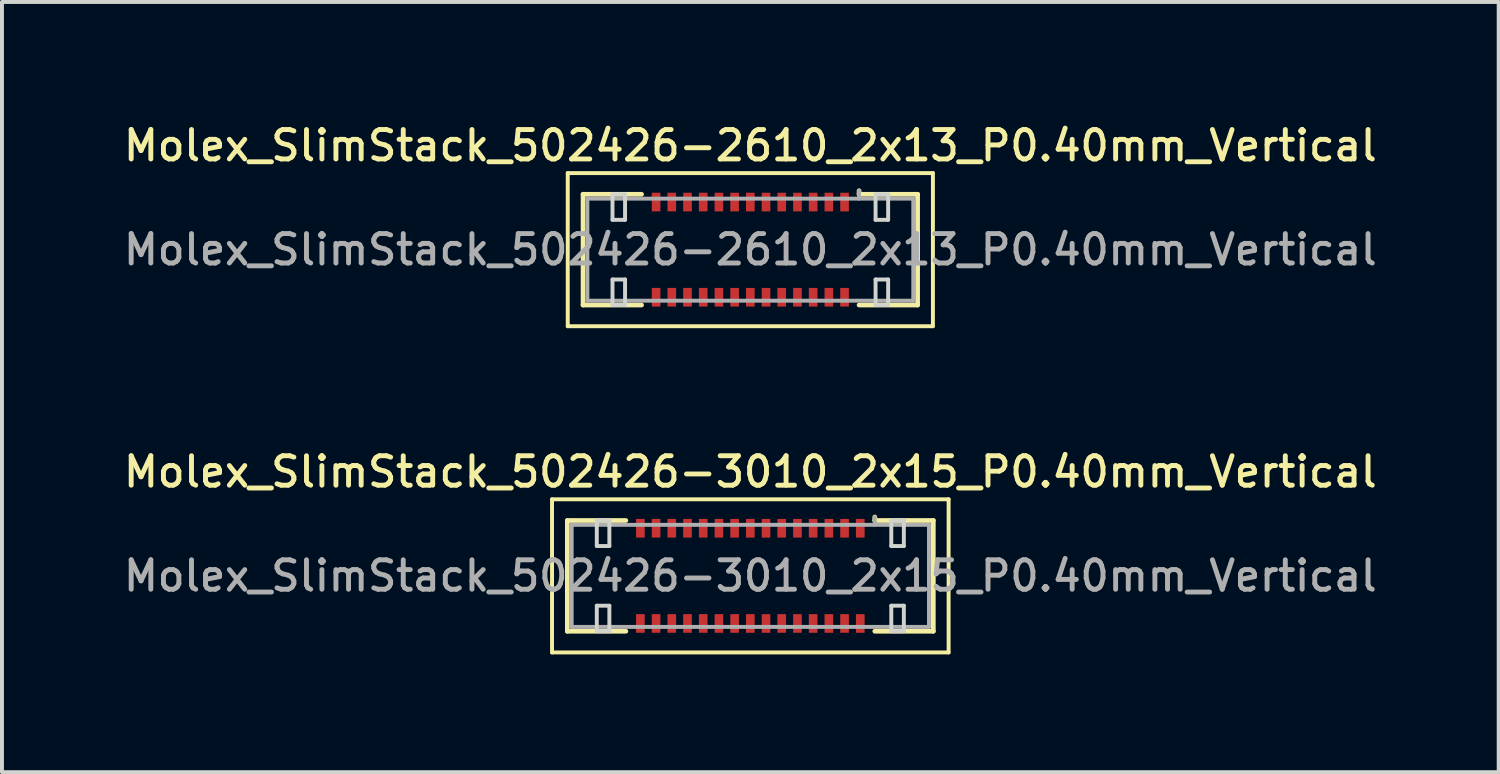
<source format=kicad_pcb>
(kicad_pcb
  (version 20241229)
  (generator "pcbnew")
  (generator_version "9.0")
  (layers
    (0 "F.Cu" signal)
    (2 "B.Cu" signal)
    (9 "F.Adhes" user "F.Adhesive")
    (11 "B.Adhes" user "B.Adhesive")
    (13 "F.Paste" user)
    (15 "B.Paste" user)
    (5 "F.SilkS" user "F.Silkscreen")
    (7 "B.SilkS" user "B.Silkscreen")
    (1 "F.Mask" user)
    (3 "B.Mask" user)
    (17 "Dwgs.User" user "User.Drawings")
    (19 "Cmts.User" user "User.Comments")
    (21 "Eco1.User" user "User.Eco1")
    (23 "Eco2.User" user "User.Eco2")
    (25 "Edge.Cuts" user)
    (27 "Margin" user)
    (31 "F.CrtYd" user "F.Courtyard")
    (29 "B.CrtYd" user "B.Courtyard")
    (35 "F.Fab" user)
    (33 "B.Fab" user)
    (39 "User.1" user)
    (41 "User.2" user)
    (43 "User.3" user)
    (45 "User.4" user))
  (footprint "Molex_SlimStack_502426-2610_2x13_P0.40mm_Vertical"
    (layer "F.Cu")
    (at 16.059 3.308)
    (property "Reference" "Molex_SlimStack_502426-2610_2x13_P0.40mm_Vertical" (at 0 -2.65 0) (layer "F.SilkS") (effects (font (size 0.75 0.75) (thickness 0.125))))
    (attr smd)
    (fp_line (start -4.65 -1.95) (end -4.65 1.95) (stroke (width 0.1) (type solid)) (layer "F.SilkS"))
    (fp_line (start -4.65 1.95) (end 4.65 1.95) (stroke (width 0.1) (type solid)) (layer "F.SilkS"))
    (fp_line (start -4.26 -1.41) (end -2.77 -1.41) (stroke (width 0.12) (type solid)) (layer "F.SilkS"))
    (fp_line (start -4.26 1.41) (end -4.26 -1.41) (stroke (width 0.12) (type solid)) (layer "F.SilkS"))
    (fp_line (start -2.77 1.41) (end -4.26 1.41) (stroke (width 0.12) (type solid)) (layer "F.SilkS"))
    (fp_line (start 2.77 -1.41) (end 2.77 -1.5) (stroke (width 0.12) (type solid)) (layer "F.SilkS"))
    (fp_line (start 2.77 1.41) (end 4.26 1.41) (stroke (width 0.12) (type solid)) (layer "F.SilkS"))
    (fp_line (start 4.26 -1.41) (end 2.77 -1.41) (stroke (width 0.12) (type solid)) (layer "F.SilkS"))
    (fp_line (start 4.26 1.41) (end 4.26 -1.41) (stroke (width 0.12) (type solid)) (layer "F.SilkS"))
    (fp_line (start 4.65 -1.95) (end -4.65 -1.95) (stroke (width 0.1) (type solid)) (layer "F.SilkS"))
    (fp_line (start 4.65 1.95) (end 4.65 -1.95) (stroke (width 0.1) (type solid)) (layer "F.SilkS"))
    (fp_line (start -3.51 -1.41) (end -3.51 -0.76) (stroke (width 0.1) (type solid)) (layer "Edge.Cuts"))
    (fp_line (start -3.51 -0.76) (end -3.19 -0.76) (stroke (width 0.1) (type solid)) (layer "Edge.Cuts"))
    (fp_line (start -3.51 0.76) (end -3.51 1.41) (stroke (width 0.1) (type solid)) (layer "Edge.Cuts"))
    (fp_line (start -3.51 1.41) (end -3.19 1.41) (stroke (width 0.1) (type solid)) (layer "Edge.Cuts"))
    (fp_line (start -3.19 -1.41) (end -3.51 -1.41) (stroke (width 0.1) (type solid)) (layer "Edge.Cuts"))
    (fp_line (start -3.19 -0.76) (end -3.19 -1.41) (stroke (width 0.1) (type solid)) (layer "Edge.Cuts"))
    (fp_line (start -3.19 0.76) (end -3.51 0.76) (stroke (width 0.1) (type solid)) (layer "Edge.Cuts"))
    (fp_line (start -3.19 1.41) (end -3.19 0.76) (stroke (width 0.1) (type solid)) (layer "Edge.Cuts"))
    (fp_line (start 3.19 -1.41) (end 3.19 -0.76) (stroke (width 0.1) (type solid)) (layer "Edge.Cuts"))
    (fp_line (start 3.19 -0.76) (end 3.51 -0.76) (stroke (width 0.1) (type solid)) (layer "Edge.Cuts"))
    (fp_line (start 3.19 0.76) (end 3.19 1.41) (stroke (width 0.1) (type solid)) (layer "Edge.Cuts"))
    (fp_line (start 3.19 1.41) (end 3.51 1.41) (stroke (width 0.1) (type solid)) (layer "Edge.Cuts"))
    (fp_line (start 3.51 -1.41) (end 3.19 -1.41) (stroke (width 0.1) (type solid)) (layer "Edge.Cuts"))
    (fp_line (start 3.51 -0.76) (end 3.51 -1.41) (stroke (width 0.1) (type solid)) (layer "Edge.Cuts"))
    (fp_line (start 3.51 0.76) (end 3.19 0.76) (stroke (width 0.1) (type solid)) (layer "Edge.Cuts"))
    (fp_line (start 3.51 1.41) (end 3.51 0.76) (stroke (width 0.1) (type solid)) (layer "Edge.Cuts"))
    (fp_line (start -4.15 -1.3) (end -4.15 1.3) (stroke (width 0.1) (type solid)) (layer "F.Fab"))
    (fp_line (start -4.15 1.3) (end 4.15 1.3) (stroke (width 0.1) (type solid)) (layer "F.Fab"))
    (fp_line (start 2.77 -1.3) (end 2.77 -1.5) (stroke (width 0.1) (type solid)) (layer "F.Fab"))
    (fp_line (start 4.15 -1.3) (end -4.15 -1.3) (stroke (width 0.1) (type solid)) (layer "F.Fab"))
    (fp_line (start 4.15 1.3) (end 4.15 -1.3) (stroke (width 0.1) (type solid)) (layer "F.Fab"))
    (fp_text user "${REFERENCE}" (at 0 0 0) (layer "F.Fab") (effects (font (size 0.75 0.75) (thickness 0.125))))
    (pad "1" smd rect (at 2.4 -1.212) (size 0.22 0.475) (layers "F.Cu" "F.Mask" "F.Paste"))
    (pad "2" smd rect (at 2.4 1.212) (size 0.22 0.475) (layers "F.Cu" "F.Mask" "F.Paste"))
    (pad "3" smd rect (at 2 -1.212) (size 0.22 0.475) (layers "F.Cu" "F.Mask" "F.Paste"))
    (pad "4" smd rect (at 2 1.212) (size 0.22 0.475) (layers "F.Cu" "F.Mask" "F.Paste"))
    (pad "5" smd rect (at 1.6 -1.212) (size 0.22 0.475) (layers "F.Cu" "F.Mask" "F.Paste"))
    (pad "6" smd rect (at 1.6 1.212) (size 0.22 0.475) (layers "F.Cu" "F.Mask" "F.Paste"))
    (pad "7" smd rect (at 1.2 -1.212) (size 0.22 0.475) (layers "F.Cu" "F.Mask" "F.Paste"))
    (pad "8" smd rect (at 1.2 1.212) (size 0.22 0.475) (layers "F.Cu" "F.Mask" "F.Paste"))
    (pad "9" smd rect (at 0.8 -1.212) (size 0.22 0.475) (layers "F.Cu" "F.Mask" "F.Paste"))
    (pad "10" smd rect (at 0.8 1.212) (size 0.22 0.475) (layers "F.Cu" "F.Mask" "F.Paste"))
    (pad "11" smd rect (at 0.4 -1.212) (size 0.22 0.475) (layers "F.Cu" "F.Mask" "F.Paste"))
    (pad "12" smd rect (at 0.4 1.212) (size 0.22 0.475) (layers "F.Cu" "F.Mask" "F.Paste"))
    (pad "13" smd rect (at 0 -1.212) (size 0.22 0.475) (layers "F.Cu" "F.Mask" "F.Paste"))
    (pad "14" smd rect (at 0 1.212) (size 0.22 0.475) (layers "F.Cu" "F.Mask" "F.Paste"))
    (pad "15" smd rect (at -0.4 -1.212) (size 0.22 0.475) (layers "F.Cu" "F.Mask" "F.Paste"))
    (pad "16" smd rect (at -0.4 1.212) (size 0.22 0.475) (layers "F.Cu" "F.Mask" "F.Paste"))
    (pad "17" smd rect (at -0.8 -1.212) (size 0.22 0.475) (layers "F.Cu" "F.Mask" "F.Paste"))
    (pad "18" smd rect (at -0.8 1.212) (size 0.22 0.475) (layers "F.Cu" "F.Mask" "F.Paste"))
    (pad "19" smd rect (at -1.2 -1.212) (size 0.22 0.475) (layers "F.Cu" "F.Mask" "F.Paste"))
    (pad "20" smd rect (at -1.2 1.212) (size 0.22 0.475) (layers "F.Cu" "F.Mask" "F.Paste"))
    (pad "21" smd rect (at -1.6 -1.212) (size 0.22 0.475) (layers "F.Cu" "F.Mask" "F.Paste"))
    (pad "22" smd rect (at -1.6 1.212) (size 0.22 0.475) (layers "F.Cu" "F.Mask" "F.Paste"))
    (pad "23" smd rect (at -2 -1.212) (size 0.22 0.475) (layers "F.Cu" "F.Mask" "F.Paste"))
    (pad "24" smd rect (at -2 1.212) (size 0.22 0.475) (layers "F.Cu" "F.Mask" "F.Paste"))
    (pad "25" smd rect (at -2.4 -1.212) (size 0.22 0.475) (layers "F.Cu" "F.Mask" "F.Paste"))
    (pad "26" smd rect (at -2.4 1.212) (size 0.22 0.475) (layers "F.Cu" "F.Mask" "F.Paste")))
  (footprint "Molex_SlimStack_502426-3010_2x15_P0.40mm_Vertical"
    (layer "F.Cu")
    (at 16.059 11.616)
    (property "Reference" "Molex_SlimStack_502426-3010_2x15_P0.40mm_Vertical" (at 0 -2.65 0) (layer "F.SilkS") (effects (font (size 0.75 0.75) (thickness 0.125))))
    (attr smd)
    (fp_line (start -5.05 -1.95) (end -5.05 1.95) (stroke (width 0.1) (type solid)) (layer "F.SilkS"))
    (fp_line (start -5.05 1.95) (end 5.05 1.95) (stroke (width 0.1) (type solid)) (layer "F.SilkS"))
    (fp_line (start -4.66 -1.41) (end -3.17 -1.41) (stroke (width 0.12) (type solid)) (layer "F.SilkS"))
    (fp_line (start -4.66 1.41) (end -4.66 -1.41) (stroke (width 0.12) (type solid)) (layer "F.SilkS"))
    (fp_line (start -3.17 1.41) (end -4.66 1.41) (stroke (width 0.12) (type solid)) (layer "F.SilkS"))
    (fp_line (start 3.17 -1.41) (end 3.17 -1.5) (stroke (width 0.12) (type solid)) (layer "F.SilkS"))
    (fp_line (start 3.17 1.41) (end 4.66 1.41) (stroke (width 0.12) (type solid)) (layer "F.SilkS"))
    (fp_line (start 4.66 -1.41) (end 3.17 -1.41) (stroke (width 0.12) (type solid)) (layer "F.SilkS"))
    (fp_line (start 4.66 1.41) (end 4.66 -1.41) (stroke (width 0.12) (type solid)) (layer "F.SilkS"))
    (fp_line (start 5.05 -1.95) (end -5.05 -1.95) (stroke (width 0.1) (type solid)) (layer "F.SilkS"))
    (fp_line (start 5.05 1.95) (end 5.05 -1.95) (stroke (width 0.1) (type solid)) (layer "F.SilkS"))
    (fp_line (start -3.91 -1.41) (end -3.91 -0.76) (stroke (width 0.1) (type solid)) (layer "Edge.Cuts"))
    (fp_line (start -3.91 -0.76) (end -3.59 -0.76) (stroke (width 0.1) (type solid)) (layer "Edge.Cuts"))
    (fp_line (start -3.91 0.76) (end -3.91 1.41) (stroke (width 0.1) (type solid)) (layer "Edge.Cuts"))
    (fp_line (start -3.91 1.41) (end -3.59 1.41) (stroke (width 0.1) (type solid)) (layer "Edge.Cuts"))
    (fp_line (start -3.59 -1.41) (end -3.91 -1.41) (stroke (width 0.1) (type solid)) (layer "Edge.Cuts"))
    (fp_line (start -3.59 -0.76) (end -3.59 -1.41) (stroke (width 0.1) (type solid)) (layer "Edge.Cuts"))
    (fp_line (start -3.59 0.76) (end -3.91 0.76) (stroke (width 0.1) (type solid)) (layer "Edge.Cuts"))
    (fp_line (start -3.59 1.41) (end -3.59 0.76) (stroke (width 0.1) (type solid)) (layer "Edge.Cuts"))
    (fp_line (start 3.59 -1.41) (end 3.59 -0.76) (stroke (width 0.1) (type solid)) (layer "Edge.Cuts"))
    (fp_line (start 3.59 -0.76) (end 3.91 -0.76) (stroke (width 0.1) (type solid)) (layer "Edge.Cuts"))
    (fp_line (start 3.59 0.76) (end 3.59 1.41) (stroke (width 0.1) (type solid)) (layer "Edge.Cuts"))
    (fp_line (start 3.59 1.41) (end 3.91 1.41) (stroke (width 0.1) (type solid)) (layer "Edge.Cuts"))
    (fp_line (start 3.91 -1.41) (end 3.59 -1.41) (stroke (width 0.1) (type solid)) (layer "Edge.Cuts"))
    (fp_line (start 3.91 -0.76) (end 3.91 -1.41) (stroke (width 0.1) (type solid)) (layer "Edge.Cuts"))
    (fp_line (start 3.91 0.76) (end 3.59 0.76) (stroke (width 0.1) (type solid)) (layer "Edge.Cuts"))
    (fp_line (start 3.91 1.41) (end 3.91 0.76) (stroke (width 0.1) (type solid)) (layer "Edge.Cuts"))
    (fp_line (start -4.55 -1.3) (end -4.55 1.3) (stroke (width 0.1) (type solid)) (layer "F.Fab"))
    (fp_line (start -4.55 1.3) (end 4.55 1.3) (stroke (width 0.1) (type solid)) (layer "F.Fab"))
    (fp_line (start 3.17 -1.3) (end 3.17 -1.5) (stroke (width 0.1) (type solid)) (layer "F.Fab"))
    (fp_line (start 4.55 -1.3) (end -4.55 -1.3) (stroke (width 0.1) (type solid)) (layer "F.Fab"))
    (fp_line (start 4.55 1.3) (end 4.55 -1.3) (stroke (width 0.1) (type solid)) (layer "F.Fab"))
    (fp_text user "${REFERENCE}" (at 0 0 0) (layer "F.Fab") (effects (font (size 0.75 0.75) (thickness 0.125))))
    (pad "1" smd rect (at 2.8 -1.212) (size 0.22 0.475) (layers "F.Cu" "F.Mask" "F.Paste"))
    (pad "2" smd rect (at 2.8 1.212) (size 0.22 0.475) (layers "F.Cu" "F.Mask" "F.Paste"))
    (pad "3" smd rect (at 2.4 -1.212) (size 0.22 0.475) (layers "F.Cu" "F.Mask" "F.Paste"))
    (pad "4" smd rect (at 2.4 1.212) (size 0.22 0.475) (layers "F.Cu" "F.Mask" "F.Paste"))
    (pad "5" smd rect (at 2 -1.212) (size 0.22 0.475) (layers "F.Cu" "F.Mask" "F.Paste"))
    (pad "6" smd rect (at 2 1.212) (size 0.22 0.475) (layers "F.Cu" "F.Mask" "F.Paste"))
    (pad "7" smd rect (at 1.6 -1.212) (size 0.22 0.475) (layers "F.Cu" "F.Mask" "F.Paste"))
    (pad "8" smd rect (at 1.6 1.212) (size 0.22 0.475) (layers "F.Cu" "F.Mask" "F.Paste"))
    (pad "9" smd rect (at 1.2 -1.212) (size 0.22 0.475) (layers "F.Cu" "F.Mask" "F.Paste"))
    (pad "10" smd rect (at 1.2 1.212) (size 0.22 0.475) (layers "F.Cu" "F.Mask" "F.Paste"))
    (pad "11" smd rect (at 0.8 -1.212) (size 0.22 0.475) (layers "F.Cu" "F.Mask" "F.Paste"))
    (pad "12" smd rect (at 0.8 1.212) (size 0.22 0.475) (layers "F.Cu" "F.Mask" "F.Paste"))
    (pad "13" smd rect (at 0.4 -1.212) (size 0.22 0.475) (layers "F.Cu" "F.Mask" "F.Paste"))
    (pad "14" smd rect (at 0.4 1.212) (size 0.22 0.475) (layers "F.Cu" "F.Mask" "F.Paste"))
    (pad "15" smd rect (at 0 -1.212) (size 0.22 0.475) (layers "F.Cu" "F.Mask" "F.Paste"))
    (pad "16" smd rect (at 0 1.212) (size 0.22 0.475) (layers "F.Cu" "F.Mask" "F.Paste"))
    (pad "17" smd rect (at -0.4 -1.212) (size 0.22 0.475) (layers "F.Cu" "F.Mask" "F.Paste"))
    (pad "18" smd rect (at -0.4 1.212) (size 0.22 0.475) (layers "F.Cu" "F.Mask" "F.Paste"))
    (pad "19" smd rect (at -0.8 -1.212) (size 0.22 0.475) (layers "F.Cu" "F.Mask" "F.Paste"))
    (pad "20" smd rect (at -0.8 1.212) (size 0.22 0.475) (layers "F.Cu" "F.Mask" "F.Paste"))
    (pad "21" smd rect (at -1.2 -1.212) (size 0.22 0.475) (layers "F.Cu" "F.Mask" "F.Paste"))
    (pad "22" smd rect (at -1.2 1.212) (size 0.22 0.475) (layers "F.Cu" "F.Mask" "F.Paste"))
    (pad "23" smd rect (at -1.6 -1.212) (size 0.22 0.475) (layers "F.Cu" "F.Mask" "F.Paste"))
    (pad "24" smd rect (at -1.6 1.212) (size 0.22 0.475) (layers "F.Cu" "F.Mask" "F.Paste"))
    (pad "25" smd rect (at -2 -1.212) (size 0.22 0.475) (layers "F.Cu" "F.Mask" "F.Paste"))
    (pad "26" smd rect (at -2 1.212) (size 0.22 0.475) (layers "F.Cu" "F.Mask" "F.Paste"))
    (pad "27" smd rect (at -2.4 -1.212) (size 0.22 0.475) (layers "F.Cu" "F.Mask" "F.Paste"))
    (pad "28" smd rect (at -2.4 1.212) (size 0.22 0.475) (layers "F.Cu" "F.Mask" "F.Paste"))
    (pad "29" smd rect (at -2.8 -1.212) (size 0.22 0.475) (layers "F.Cu" "F.Mask" "F.Paste"))
    (pad "30" smd rect (at -2.8 1.212) (size 0.22 0.475) (layers "F.Cu" "F.Mask" "F.Paste")))
  (gr_rect
    (start -3 -3)
    (end 35.118 16.616)
    (stroke (width 0.1) (type default))
    (fill no)
    (layer "Edge.Cuts")))
</source>
